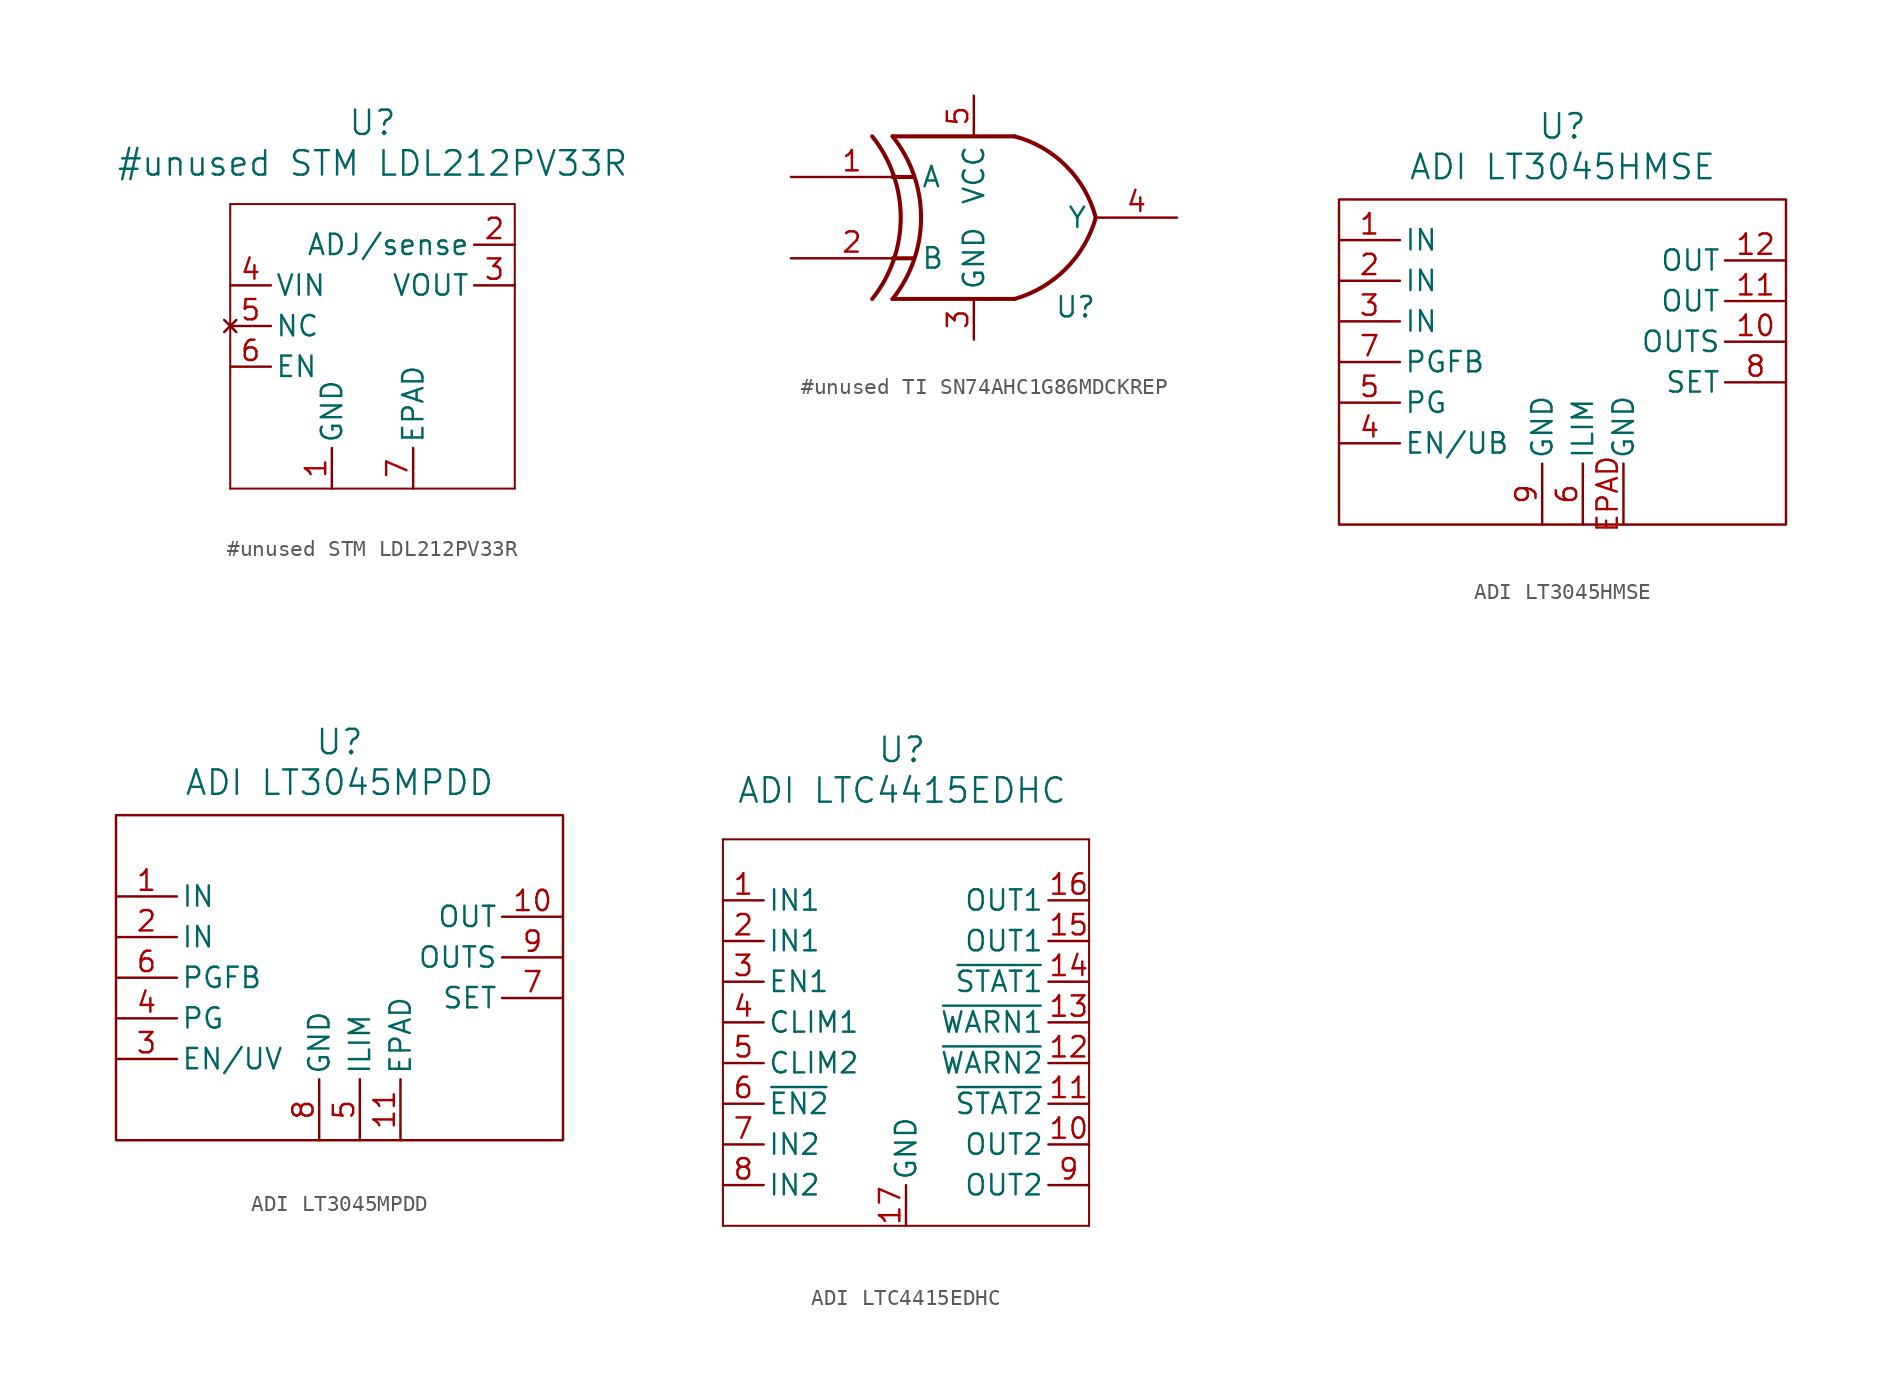
<source format=kicad_sym>
(kicad_symbol_lib
  (version 20231120)
  (generator "kicad_symbol_editor")
  (generator_version "8.0")
  (symbol "#unused STM LDL212PV33R"
    (pin_names
      (offset 0.254))
    (property "Reference" "U"
      (at 0 15.24 0)
      (effects (font (size 1.524 1.524))))
    (property "Value" "#unused STM LDL212PV33R"
      (at 0 12.7 0)
      (effects (font (size 1.524 1.524))))
    (symbol "#unused STM LDL212PV33R_0_1"
      (polyline (pts (xy -8.89 -7.62) (xy 8.89 -7.62)) (stroke (width 0.127) (type default)) (fill (type none)))
      (polyline (pts (xy -8.89 10.16) (xy -8.89 -7.62)) (stroke (width 0.127) (type default)) (fill (type none)))
      (polyline (pts (xy 8.89 -7.62) (xy 8.89 10.16)) (stroke (width 0.127) (type default)) (fill (type none)))
      (polyline (pts (xy 8.89 10.16) (xy -8.89 10.16)) (stroke (width 0.127) (type default)) (fill (type none)))
      (pin power_in line (at -2.54 -7.62 90) (length 2.54) (name "GND" (effects (font (size 1.27 1.27)))) (number "1" (effects (font (size 1.27 1.27)))))
      (pin no_connect line (at -8.89 2.54 0) (length 2.54) (name "NC" (effects (font (size 1.27 1.27)))) (number "5" (effects (font (size 1.27 1.27))))))
    (symbol "#unused STM LDL212PV33R_1_1"
      (pin input line (at 8.89 7.62 180) (length 2.54) (name "ADJ/sense" (effects (font (size 1.27 1.27)))) (number "2" (effects (font (size 1.27 1.27)))))
      (pin power_out line (at 8.89 5.08 180) (length 2.54) (name "VOUT" (effects (font (size 1.27 1.27)))) (number "3" (effects (font (size 1.27 1.27)))))
      (pin power_in line (at -8.89 5.08 0) (length 2.54) (name "VIN" (effects (font (size 1.27 1.27)))) (number "4" (effects (font (size 1.27 1.27)))))
      (pin input line (at -8.89 0 0) (length 2.54) (name "EN" (effects (font (size 1.27 1.27)))) (number "6" (effects (font (size 1.27 1.27)))))
      (pin power_in line (at 2.54 -7.62 90) (length 2.54) (name "EPAD" (effects (font (size 1.27 1.27)))) (number "7" (effects (font (size 1.27 1.27)))))))
  (symbol "#unused TI SN74AHC1G86MDCKREP"
    (property "Reference" "U"
      (at 6.35 -5.588 0)
      (effects (font (size 1.27 1.27))))
    (property "Value" ""
      (at 0 0 0)
      (effects (font (size 1.27 1.27))))
    (symbol "#unused TI SN74AHC1G86MDCKREP_0_1"
      (pin input line (at -11.43 2.54 0) (length 7.62) (name "A" (effects (font (size 1.27 1.27)))) (number "1" (effects (font (size 1.27 1.27)))))
      (pin input line (at -11.43 -2.54 0) (length 7.62) (name "B" (effects (font (size 1.27 1.27)))) (number "2" (effects (font (size 1.27 1.27)))))
      (pin power_in line (at 0 -7.62 90) (length 2.54) (name "GND" (effects (font (size 1.27 1.27)))) (number "3" (effects (font (size 1.27 1.27)))))
      (pin output line (at 12.7 0 180) (length 5.08) (name "Y" (effects (font (size 1.27 1.27)))) (number "4" (effects (font (size 1.27 1.27)))))
      (pin power_in line (at 0 7.62 270) (length 2.54) (name "VCC" (effects (font (size 1.27 1.27)))) (number "5" (effects (font (size 1.27 1.27))))))
    (symbol "#unused TI SN74AHC1G86MDCKREP_1_1"
      (arc (start -6.35 -5.08) (mid -4.568 0) (end -6.35 5.08) (stroke (width 0.254) (type default)) (fill (type none)))
      (arc (start -5.08 -5.08) (mid -3.298 0) (end -5.08 5.08) (stroke (width 0.254) (type default)) (fill (type none)))
      (polyline (pts (xy -5.08 -2.54) (xy -3.81 -2.54)) (stroke (width 0.254) (type default)) (fill (type background)))
      (polyline (pts (xy -5.08 2.54) (xy -3.81 2.54)) (stroke (width 0.254) (type default)) (fill (type background)))
      (polyline (pts (xy 2.54 -5.08) (xy -5.08 -5.08)) (stroke (width 0.254) (type default)) (fill (type background)))
      (polyline (pts (xy 2.54 5.08) (xy -5.08 5.08)) (stroke (width 0.254) (type default)) (fill (type background)))
      (arc (start 2.54 -5.08) (mid 5.742 -3.202) (end 7.62 0) (stroke (width 0.254) (type default)) (fill (type none)))
      (arc (start 7.62 0) (mid 5.7671 3.2271) (end 2.54 5.08) (stroke (width 0.254) (type default)) (fill (type none)))))
  (symbol "ADI LT3045HMSE"
    (pin_names
      (offset 0.254))
    (property "Reference" "U"
      (at 0 14.732 0)
      (effects (font (size 1.524 1.524))))
    (property "Value" "ADI LT3045HMSE"
      (at 0 12.192 0)
      (effects (font (size 1.524 1.524))))
    (symbol "ADI LT3045HMSE_0_1"
      (pin input line (at -13.97 7.62 0) (length 3.81) (name "IN" (effects (font (size 1.27 1.27)))) (number "1" (effects (font (size 1.27 1.27)))))
      (pin input line (at 13.97 1.27 180) (length 3.81) (name "OUTS" (effects (font (size 1.27 1.27)))) (number "10" (effects (font (size 1.27 1.27)))))
      (pin output line (at 13.97 3.81 180) (length 3.81) (name "OUT" (effects (font (size 1.27 1.27)))) (number "11" (effects (font (size 1.27 1.27)))))
      (pin output line (at 13.97 6.35 180) (length 3.81) (name "OUT" (effects (font (size 1.27 1.27)))) (number "12" (effects (font (size 1.27 1.27)))))
      (pin input line (at -13.97 5.08 0) (length 3.81) (name "IN" (effects (font (size 1.27 1.27)))) (number "2" (effects (font (size 1.27 1.27)))))
      (pin input line (at -13.97 2.54 0) (length 3.81) (name "IN" (effects (font (size 1.27 1.27)))) (number "3" (effects (font (size 1.27 1.27)))))
      (pin input line (at -13.97 -5.08 0) (length 3.81) (name "EN/UB" (effects (font (size 1.27 1.27)))) (number "4" (effects (font (size 1.27 1.27)))))
      (pin output line (at -13.97 -2.54 0) (length 3.81) (name "PG" (effects (font (size 1.27 1.27)))) (number "5" (effects (font (size 1.27 1.27)))))
      (pin input line (at 1.27 -10.16 90) (length 3.81) (name "ILIM" (effects (font (size 1.27 1.27)))) (number "6" (effects (font (size 1.27 1.27)))))
      (pin output line (at -13.97 0 0) (length 3.81) (name "PGFB" (effects (font (size 1.27 1.27)))) (number "7" (effects (font (size 1.27 1.27)))))
      (pin input line (at 13.97 -1.27 180) (length 3.81) (name "SET" (effects (font (size 1.27 1.27)))) (number "8" (effects (font (size 1.27 1.27)))))
      (pin power_out line (at -1.27 -10.16 90) (length 3.81) (name "GND" (effects (font (size 1.27 1.27)))) (number "9" (effects (font (size 1.27 1.27)))))
      (pin power_out line (at 3.81 -10.16 90) (length 3.81) (name "GND" (effects (font (size 1.27 1.27)))) (number "EPAD" (effects (font (size 1.27 1.27))))))
    (symbol "ADI LT3045HMSE_1_1"
      (rectangle (start -13.97 10.16) (end 13.97 -10.16) (stroke (width 0) (type default)) (fill (type none)))))
  (symbol "ADI LT3045MPDD"
    (pin_names
      (offset 0.254))
    (property "Reference" "U"
      (at 0 14.732 0)
      (effects (font (size 1.524 1.524))))
    (property "Value" "ADI LT3045MPDD"
      (at 0 12.192 0)
      (effects (font (size 1.524 1.524))))
    (symbol "ADI LT3045MPDD_0_1"
      (pin power_in line (at -13.97 5.08 0) (length 3.81) (name "IN" (effects (font (size 1.27 1.27)))) (number "1" (effects (font (size 1.27 1.27)))))
      (pin power_in line (at -13.97 2.54 0) (length 3.81) (name "IN" (effects (font (size 1.27 1.27)))) (number "2" (effects (font (size 1.27 1.27)))))
      (pin input line (at -13.97 -5.08 0) (length 3.81) (name "EN/UV" (effects (font (size 1.27 1.27)))) (number "3" (effects (font (size 1.27 1.27)))))
      (pin input line (at -13.97 -2.54 0) (length 3.81) (name "PG" (effects (font (size 1.27 1.27)))) (number "4" (effects (font (size 1.27 1.27)))))
      (pin input line (at 1.27 -10.16 90) (length 3.81) (name "ILIM" (effects (font (size 1.27 1.27)))) (number "5" (effects (font (size 1.27 1.27)))))
      (pin input line (at -13.97 0 0) (length 3.81) (name "PGFB" (effects (font (size 1.27 1.27)))) (number "6" (effects (font (size 1.27 1.27)))))
      (pin input line (at 13.97 -1.27 180) (length 3.81) (name "SET" (effects (font (size 1.27 1.27)))) (number "7" (effects (font (size 1.27 1.27)))))
      (pin input line (at 13.97 1.27 180) (length 3.81) (name "OUTS" (effects (font (size 1.27 1.27)))) (number "9" (effects (font (size 1.27 1.27))))))
    (symbol "ADI LT3045MPDD_1_1"
      (rectangle (start -13.97 10.16) (end 13.97 -10.16) (stroke (width 0) (type default)) (fill (type none)))
      (pin passive line (at 13.97 3.81 180) (length 3.81) (name "OUT" (effects (font (size 1.27 1.27)))) (number "10" (effects (font (size 1.27 1.27)))))
      (pin power_in line (at 3.81 -10.16 90) (length 3.81) (name "EPAD" (effects (font (size 1.27 1.27)))) (number "11" (effects (font (size 1.27 1.27)))))
      (pin power_in line (at -1.27 -10.16 90) (length 3.81) (name "GND" (effects (font (size 1.27 1.27)))) (number "8" (effects (font (size 1.27 1.27)))))))
  (symbol "ADI LTC4415EDHC"
    (pin_names
      (offset 0.254))
    (property "Reference" "U"
      (at -0.254 19.558 0)
      (effects (font (size 1.524 1.524))))
    (property "Value" "ADI LTC4415EDHC"
      (at -0.254 17.018 0)
      (effects (font (size 1.524 1.524))))
    (symbol "ADI LTC4415EDHC_0_1"
      (polyline (pts (xy -11.43 -10.16) (xy 11.43 -10.16)) (stroke (width 0.127) (type default)) (fill (type none)))
      (polyline (pts (xy -11.43 13.97) (xy -11.43 -10.16)) (stroke (width 0.127) (type default)) (fill (type none)))
      (polyline (pts (xy 11.43 -10.16) (xy 11.43 13.97)) (stroke (width 0.127) (type default)) (fill (type none)))
      (polyline (pts (xy 11.43 13.97) (xy -11.43 13.97)) (stroke (width 0.127) (type default)) (fill (type none)))
      (pin power_in line (at -11.43 10.16 0) (length 2.54) (name "IN1" (effects (font (size 1.27 1.27)))) (number "1" (effects (font (size 1.27 1.27)))))
      (pin passive line (at 11.43 7.62 180) (length 2.54) (name "OUT1" (effects (font (size 1.27 1.27)))) (number "15" (effects (font (size 1.27 1.27)))))
      (pin power_in line (at -11.43 7.62 0) (length 2.54) (name "IN1" (effects (font (size 1.27 1.27)))) (number "2" (effects (font (size 1.27 1.27)))))
      (pin input line (at -11.43 5.08 0) (length 2.54) (name "EN1" (effects (font (size 1.27 1.27)))) (number "3" (effects (font (size 1.27 1.27)))))
      (pin power_in line (at -11.43 -5.08 0) (length 2.54) (name "IN2" (effects (font (size 1.27 1.27)))) (number "7" (effects (font (size 1.27 1.27)))))
      (pin power_in line (at -11.43 -7.62 0) (length 2.54) (name "IN2" (effects (font (size 1.27 1.27)))) (number "8" (effects (font (size 1.27 1.27)))))
      (pin passive line (at 11.43 -7.62 180) (length 2.54) (name "OUT2" (effects (font (size 1.27 1.27)))) (number "9" (effects (font (size 1.27 1.27))))))
    (symbol "ADI LTC4415EDHC_1_1"
      (pin passive line (at 11.43 -5.08 180) (length 2.54) (name "OUT2" (effects (font (size 1.27 1.27)))) (number "10" (effects (font (size 1.27 1.27)))))
      (pin output line (at 11.43 -2.54 180) (length 2.54) (name "~{STAT2}" (effects (font (size 1.27 1.27)))) (number "11" (effects (font (size 1.27 1.27)))))
      (pin output line (at 11.43 0 180) (length 2.54) (name "~{WARN2}" (effects (font (size 1.27 1.27)))) (number "12" (effects (font (size 1.27 1.27)))))
      (pin output line (at 11.43 2.54 180) (length 2.54) (name "~{WARN1}" (effects (font (size 1.27 1.27)))) (number "13" (effects (font (size 1.27 1.27)))))
      (pin output line (at 11.43 5.08 180) (length 2.54) (name "~{STAT1}" (effects (font (size 1.27 1.27)))) (number "14" (effects (font (size 1.27 1.27)))))
      (pin passive line (at 11.43 10.16 180) (length 2.54) (name "OUT1" (effects (font (size 1.27 1.27)))) (number "16" (effects (font (size 1.27 1.27)))))
      (pin power_in line (at 0 -10.16 90) (length 2.54) (name "GND" (effects (font (size 1.27 1.27)))) (number "17" (effects (font (size 1.27 1.27)))))
      (pin input line (at -11.43 2.54 0) (length 2.54) (name "CLIM1" (effects (font (size 1.27 1.27)))) (number "4" (effects (font (size 1.27 1.27)))))
      (pin input line (at -11.43 0 0) (length 2.54) (name "CLIM2" (effects (font (size 1.27 1.27)))) (number "5" (effects (font (size 1.27 1.27)))))
      (pin input line (at -11.43 -2.54 0) (length 2.54) (name "~{EN2}" (effects (font (size 1.27 1.27)))) (number "6" (effects (font (size 1.27 1.27))))))))
</source>
